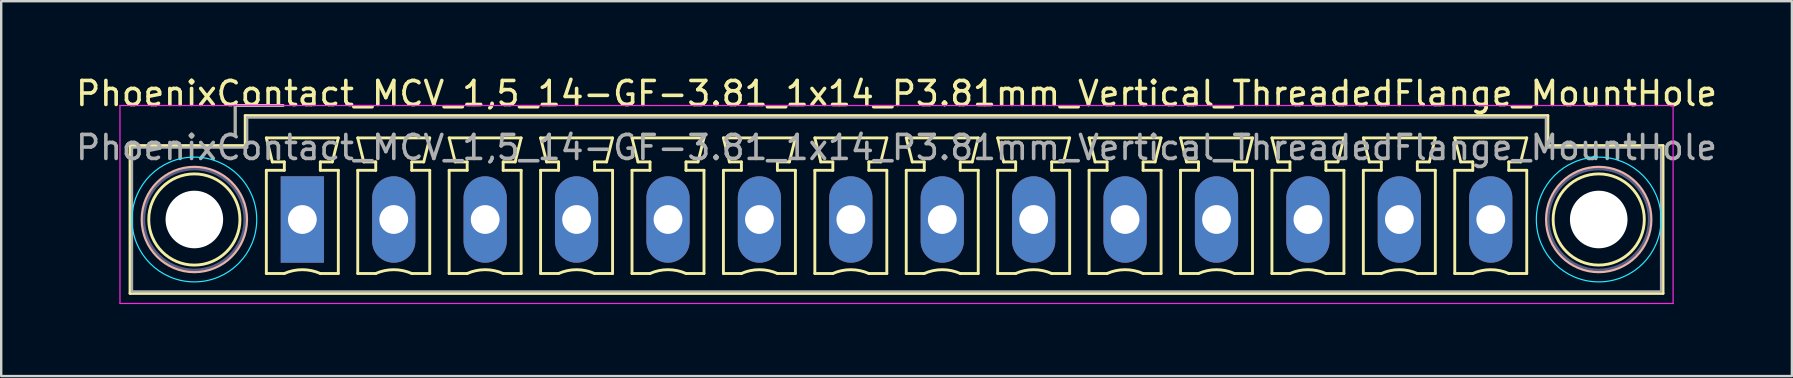
<source format=kicad_pcb>
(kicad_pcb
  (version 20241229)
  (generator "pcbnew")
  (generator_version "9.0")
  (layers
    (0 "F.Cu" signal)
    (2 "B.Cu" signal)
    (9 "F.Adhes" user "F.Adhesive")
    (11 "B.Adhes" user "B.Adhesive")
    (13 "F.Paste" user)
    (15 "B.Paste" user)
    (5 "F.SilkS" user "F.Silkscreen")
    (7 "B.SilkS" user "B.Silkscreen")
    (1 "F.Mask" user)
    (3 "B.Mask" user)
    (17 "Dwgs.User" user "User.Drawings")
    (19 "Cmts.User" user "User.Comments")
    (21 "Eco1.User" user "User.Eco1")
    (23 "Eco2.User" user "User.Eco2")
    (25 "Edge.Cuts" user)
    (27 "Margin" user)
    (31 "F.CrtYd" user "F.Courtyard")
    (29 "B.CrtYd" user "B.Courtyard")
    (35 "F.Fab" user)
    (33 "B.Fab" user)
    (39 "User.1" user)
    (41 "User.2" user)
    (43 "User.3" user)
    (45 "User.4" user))
  (footprint "PhoenixContact_MCV_1,5_14-GF-3.81_1x14_P3.81mm_Vertical_ThreadedFlange_MountHole"
    (layer "F.Cu")
    (at 9.55 6.098)
    (property "Reference" "PhoenixContact_MCV_1,5_14-GF-3.81_1x14_P3.81mm_Vertical_ThreadedFlange_MountHole" (at 24.765 -5.25 0) (layer "F.SilkS") (effects (font (size 1 1) (thickness 0.15))))
    (attr through_hole)
    (fp_line (start -7.18 -3.08) (end -7.18 3.08) (stroke (width 0.12) (type solid)) (layer "F.SilkS"))
    (fp_line (start -7.18 3.08) (end 56.71 3.08) (stroke (width 0.12) (type solid)) (layer "F.SilkS"))
    (fp_line (start -2.8 -4.75) (end -0.8 -4.75) (stroke (width 0.12) (type solid)) (layer "F.SilkS"))
    (fp_line (start -2.8 -3.5) (end -2.8 -4.75) (stroke (width 0.12) (type solid)) (layer "F.SilkS"))
    (fp_line (start -2.38 -4.33) (end -2.38 -3.08) (stroke (width 0.12) (type solid)) (layer "F.SilkS"))
    (fp_line (start -2.38 -3.08) (end -7.18 -3.08) (stroke (width 0.12) (type solid)) (layer "F.SilkS"))
    (fp_line (start -1.5 -3.4) (end 1.5 -3.4) (stroke (width 0.12) (type solid)) (layer "F.SilkS"))
    (fp_line (start -1.5 -2.05) (end -0.75 -2.05) (stroke (width 0.12) (type solid)) (layer "F.SilkS"))
    (fp_line (start -1.5 2.25) (end -1.5 -2.05) (stroke (width 0.12) (type solid)) (layer "F.SilkS"))
    (fp_line (start -1.25 -2.4) (end -1.5 -3.4) (stroke (width 0.12) (type solid)) (layer "F.SilkS"))
    (fp_line (start -0.75 -2.4) (end -1.25 -2.4) (stroke (width 0.12) (type solid)) (layer "F.SilkS"))
    (fp_line (start -0.75 -2.05) (end -0.75 -2.4) (stroke (width 0.12) (type solid)) (layer "F.SilkS"))
    (fp_line (start -0.75 2.25) (end -1.5 2.25) (stroke (width 0.12) (type solid)) (layer "F.SilkS"))
    (fp_line (start 0.75 -2.4) (end 0.75 -2.05) (stroke (width 0.12) (type solid)) (layer "F.SilkS"))
    (fp_line (start 0.75 -2.05) (end 1.5 -2.05) (stroke (width 0.12) (type solid)) (layer "F.SilkS"))
    (fp_line (start 1.25 -2.4) (end 0.75 -2.4) (stroke (width 0.12) (type solid)) (layer "F.SilkS"))
    (fp_line (start 1.5 -3.4) (end 1.25 -2.4) (stroke (width 0.12) (type solid)) (layer "F.SilkS"))
    (fp_line (start 1.5 -2.05) (end 1.5 2.25) (stroke (width 0.12) (type solid)) (layer "F.SilkS"))
    (fp_line (start 1.5 2.25) (end 0.75 2.25) (stroke (width 0.12) (type solid)) (layer "F.SilkS"))
    (fp_line (start 2.31 -3.4) (end 5.31 -3.4) (stroke (width 0.12) (type solid)) (layer "F.SilkS"))
    (fp_line (start 2.31 -2.05) (end 3.06 -2.05) (stroke (width 0.12) (type solid)) (layer "F.SilkS"))
    (fp_line (start 2.31 2.25) (end 2.31 -2.05) (stroke (width 0.12) (type solid)) (layer "F.SilkS"))
    (fp_line (start 2.56 -2.4) (end 2.31 -3.4) (stroke (width 0.12) (type solid)) (layer "F.SilkS"))
    (fp_line (start 3.06 -2.4) (end 2.56 -2.4) (stroke (width 0.12) (type solid)) (layer "F.SilkS"))
    (fp_line (start 3.06 -2.05) (end 3.06 -2.4) (stroke (width 0.12) (type solid)) (layer "F.SilkS"))
    (fp_line (start 3.06 2.25) (end 2.31 2.25) (stroke (width 0.12) (type solid)) (layer "F.SilkS"))
    (fp_line (start 4.56 -2.4) (end 4.56 -2.05) (stroke (width 0.12) (type solid)) (layer "F.SilkS"))
    (fp_line (start 4.56 -2.05) (end 5.31 -2.05) (stroke (width 0.12) (type solid)) (layer "F.SilkS"))
    (fp_line (start 5.06 -2.4) (end 4.56 -2.4) (stroke (width 0.12) (type solid)) (layer "F.SilkS"))
    (fp_line (start 5.31 -3.4) (end 5.06 -2.4) (stroke (width 0.12) (type solid)) (layer "F.SilkS"))
    (fp_line (start 5.31 -2.05) (end 5.31 2.25) (stroke (width 0.12) (type solid)) (layer "F.SilkS"))
    (fp_line (start 5.31 2.25) (end 4.56 2.25) (stroke (width 0.12) (type solid)) (layer "F.SilkS"))
    (fp_line (start 6.12 -3.4) (end 9.12 -3.4) (stroke (width 0.12) (type solid)) (layer "F.SilkS"))
    (fp_line (start 6.12 -2.05) (end 6.87 -2.05) (stroke (width 0.12) (type solid)) (layer "F.SilkS"))
    (fp_line (start 6.12 2.25) (end 6.12 -2.05) (stroke (width 0.12) (type solid)) (layer "F.SilkS"))
    (fp_line (start 6.37 -2.4) (end 6.12 -3.4) (stroke (width 0.12) (type solid)) (layer "F.SilkS"))
    (fp_line (start 6.87 -2.4) (end 6.37 -2.4) (stroke (width 0.12) (type solid)) (layer "F.SilkS"))
    (fp_line (start 6.87 -2.05) (end 6.87 -2.4) (stroke (width 0.12) (type solid)) (layer "F.SilkS"))
    (fp_line (start 6.87 2.25) (end 6.12 2.25) (stroke (width 0.12) (type solid)) (layer "F.SilkS"))
    (fp_line (start 8.37 -2.4) (end 8.37 -2.05) (stroke (width 0.12) (type solid)) (layer "F.SilkS"))
    (fp_line (start 8.37 -2.05) (end 9.12 -2.05) (stroke (width 0.12) (type solid)) (layer "F.SilkS"))
    (fp_line (start 8.87 -2.4) (end 8.37 -2.4) (stroke (width 0.12) (type solid)) (layer "F.SilkS"))
    (fp_line (start 9.12 -3.4) (end 8.87 -2.4) (stroke (width 0.12) (type solid)) (layer "F.SilkS"))
    (fp_line (start 9.12 -2.05) (end 9.12 2.25) (stroke (width 0.12) (type solid)) (layer "F.SilkS"))
    (fp_line (start 9.12 2.25) (end 8.37 2.25) (stroke (width 0.12) (type solid)) (layer "F.SilkS"))
    (fp_line (start 9.93 -3.4) (end 12.93 -3.4) (stroke (width 0.12) (type solid)) (layer "F.SilkS"))
    (fp_line (start 9.93 -2.05) (end 10.68 -2.05) (stroke (width 0.12) (type solid)) (layer "F.SilkS"))
    (fp_line (start 9.93 2.25) (end 9.93 -2.05) (stroke (width 0.12) (type solid)) (layer "F.SilkS"))
    (fp_line (start 10.18 -2.4) (end 9.93 -3.4) (stroke (width 0.12) (type solid)) (layer "F.SilkS"))
    (fp_line (start 10.68 -2.4) (end 10.18 -2.4) (stroke (width 0.12) (type solid)) (layer "F.SilkS"))
    (fp_line (start 10.68 -2.05) (end 10.68 -2.4) (stroke (width 0.12) (type solid)) (layer "F.SilkS"))
    (fp_line (start 10.68 2.25) (end 9.93 2.25) (stroke (width 0.12) (type solid)) (layer "F.SilkS"))
    (fp_line (start 12.18 -2.4) (end 12.18 -2.05) (stroke (width 0.12) (type solid)) (layer "F.SilkS"))
    (fp_line (start 12.18 -2.05) (end 12.93 -2.05) (stroke (width 0.12) (type solid)) (layer "F.SilkS"))
    (fp_line (start 12.68 -2.4) (end 12.18 -2.4) (stroke (width 0.12) (type solid)) (layer "F.SilkS"))
    (fp_line (start 12.93 -3.4) (end 12.68 -2.4) (stroke (width 0.12) (type solid)) (layer "F.SilkS"))
    (fp_line (start 12.93 -2.05) (end 12.93 2.25) (stroke (width 0.12) (type solid)) (layer "F.SilkS"))
    (fp_line (start 12.93 2.25) (end 12.18 2.25) (stroke (width 0.12) (type solid)) (layer "F.SilkS"))
    (fp_line (start 13.74 -3.4) (end 16.74 -3.4) (stroke (width 0.12) (type solid)) (layer "F.SilkS"))
    (fp_line (start 13.74 -2.05) (end 14.49 -2.05) (stroke (width 0.12) (type solid)) (layer "F.SilkS"))
    (fp_line (start 13.74 2.25) (end 13.74 -2.05) (stroke (width 0.12) (type solid)) (layer "F.SilkS"))
    (fp_line (start 13.99 -2.4) (end 13.74 -3.4) (stroke (width 0.12) (type solid)) (layer "F.SilkS"))
    (fp_line (start 14.49 -2.4) (end 13.99 -2.4) (stroke (width 0.12) (type solid)) (layer "F.SilkS"))
    (fp_line (start 14.49 -2.05) (end 14.49 -2.4) (stroke (width 0.12) (type solid)) (layer "F.SilkS"))
    (fp_line (start 14.49 2.25) (end 13.74 2.25) (stroke (width 0.12) (type solid)) (layer "F.SilkS"))
    (fp_line (start 15.99 -2.4) (end 15.99 -2.05) (stroke (width 0.12) (type solid)) (layer "F.SilkS"))
    (fp_line (start 15.99 -2.05) (end 16.74 -2.05) (stroke (width 0.12) (type solid)) (layer "F.SilkS"))
    (fp_line (start 16.49 -2.4) (end 15.99 -2.4) (stroke (width 0.12) (type solid)) (layer "F.SilkS"))
    (fp_line (start 16.74 -3.4) (end 16.49 -2.4) (stroke (width 0.12) (type solid)) (layer "F.SilkS"))
    (fp_line (start 16.74 -2.05) (end 16.74 2.25) (stroke (width 0.12) (type solid)) (layer "F.SilkS"))
    (fp_line (start 16.74 2.25) (end 15.99 2.25) (stroke (width 0.12) (type solid)) (layer "F.SilkS"))
    (fp_line (start 17.55 -3.4) (end 20.55 -3.4) (stroke (width 0.12) (type solid)) (layer "F.SilkS"))
    (fp_line (start 17.55 -2.05) (end 18.3 -2.05) (stroke (width 0.12) (type solid)) (layer "F.SilkS"))
    (fp_line (start 17.55 2.25) (end 17.55 -2.05) (stroke (width 0.12) (type solid)) (layer "F.SilkS"))
    (fp_line (start 17.8 -2.4) (end 17.55 -3.4) (stroke (width 0.12) (type solid)) (layer "F.SilkS"))
    (fp_line (start 18.3 -2.4) (end 17.8 -2.4) (stroke (width 0.12) (type solid)) (layer "F.SilkS"))
    (fp_line (start 18.3 -2.05) (end 18.3 -2.4) (stroke (width 0.12) (type solid)) (layer "F.SilkS"))
    (fp_line (start 18.3 2.25) (end 17.55 2.25) (stroke (width 0.12) (type solid)) (layer "F.SilkS"))
    (fp_line (start 19.8 -2.4) (end 19.8 -2.05) (stroke (width 0.12) (type solid)) (layer "F.SilkS"))
    (fp_line (start 19.8 -2.05) (end 20.55 -2.05) (stroke (width 0.12) (type solid)) (layer "F.SilkS"))
    (fp_line (start 20.3 -2.4) (end 19.8 -2.4) (stroke (width 0.12) (type solid)) (layer "F.SilkS"))
    (fp_line (start 20.55 -3.4) (end 20.3 -2.4) (stroke (width 0.12) (type solid)) (layer "F.SilkS"))
    (fp_line (start 20.55 -2.05) (end 20.55 2.25) (stroke (width 0.12) (type solid)) (layer "F.SilkS"))
    (fp_line (start 20.55 2.25) (end 19.8 2.25) (stroke (width 0.12) (type solid)) (layer "F.SilkS"))
    (fp_line (start 21.36 -3.4) (end 24.36 -3.4) (stroke (width 0.12) (type solid)) (layer "F.SilkS"))
    (fp_line (start 21.36 -2.05) (end 22.11 -2.05) (stroke (width 0.12) (type solid)) (layer "F.SilkS"))
    (fp_line (start 21.36 2.25) (end 21.36 -2.05) (stroke (width 0.12) (type solid)) (layer "F.SilkS"))
    (fp_line (start 21.61 -2.4) (end 21.36 -3.4) (stroke (width 0.12) (type solid)) (layer "F.SilkS"))
    (fp_line (start 22.11 -2.4) (end 21.61 -2.4) (stroke (width 0.12) (type solid)) (layer "F.SilkS"))
    (fp_line (start 22.11 -2.05) (end 22.11 -2.4) (stroke (width 0.12) (type solid)) (layer "F.SilkS"))
    (fp_line (start 22.11 2.25) (end 21.36 2.25) (stroke (width 0.12) (type solid)) (layer "F.SilkS"))
    (fp_line (start 23.61 -2.4) (end 23.61 -2.05) (stroke (width 0.12) (type solid)) (layer "F.SilkS"))
    (fp_line (start 23.61 -2.05) (end 24.36 -2.05) (stroke (width 0.12) (type solid)) (layer "F.SilkS"))
    (fp_line (start 24.11 -2.4) (end 23.61 -2.4) (stroke (width 0.12) (type solid)) (layer "F.SilkS"))
    (fp_line (start 24.36 -3.4) (end 24.11 -2.4) (stroke (width 0.12) (type solid)) (layer "F.SilkS"))
    (fp_line (start 24.36 -2.05) (end 24.36 2.25) (stroke (width 0.12) (type solid)) (layer "F.SilkS"))
    (fp_line (start 24.36 2.25) (end 23.61 2.25) (stroke (width 0.12) (type solid)) (layer "F.SilkS"))
    (fp_line (start 25.17 -3.4) (end 28.17 -3.4) (stroke (width 0.12) (type solid)) (layer "F.SilkS"))
    (fp_line (start 25.17 -2.05) (end 25.92 -2.05) (stroke (width 0.12) (type solid)) (layer "F.SilkS"))
    (fp_line (start 25.17 2.25) (end 25.17 -2.05) (stroke (width 0.12) (type solid)) (layer "F.SilkS"))
    (fp_line (start 25.42 -2.4) (end 25.17 -3.4) (stroke (width 0.12) (type solid)) (layer "F.SilkS"))
    (fp_line (start 25.92 -2.4) (end 25.42 -2.4) (stroke (width 0.12) (type solid)) (layer "F.SilkS"))
    (fp_line (start 25.92 -2.05) (end 25.92 -2.4) (stroke (width 0.12) (type solid)) (layer "F.SilkS"))
    (fp_line (start 25.92 2.25) (end 25.17 2.25) (stroke (width 0.12) (type solid)) (layer "F.SilkS"))
    (fp_line (start 27.42 -2.4) (end 27.42 -2.05) (stroke (width 0.12) (type solid)) (layer "F.SilkS"))
    (fp_line (start 27.42 -2.05) (end 28.17 -2.05) (stroke (width 0.12) (type solid)) (layer "F.SilkS"))
    (fp_line (start 27.92 -2.4) (end 27.42 -2.4) (stroke (width 0.12) (type solid)) (layer "F.SilkS"))
    (fp_line (start 28.17 -3.4) (end 27.92 -2.4) (stroke (width 0.12) (type solid)) (layer "F.SilkS"))
    (fp_line (start 28.17 -2.05) (end 28.17 2.25) (stroke (width 0.12) (type solid)) (layer "F.SilkS"))
    (fp_line (start 28.17 2.25) (end 27.42 2.25) (stroke (width 0.12) (type solid)) (layer "F.SilkS"))
    (fp_line (start 28.98 -3.4) (end 31.98 -3.4) (stroke (width 0.12) (type solid)) (layer "F.SilkS"))
    (fp_line (start 28.98 -2.05) (end 29.73 -2.05) (stroke (width 0.12) (type solid)) (layer "F.SilkS"))
    (fp_line (start 28.98 2.25) (end 28.98 -2.05) (stroke (width 0.12) (type solid)) (layer "F.SilkS"))
    (fp_line (start 29.23 -2.4) (end 28.98 -3.4) (stroke (width 0.12) (type solid)) (layer "F.SilkS"))
    (fp_line (start 29.73 -2.4) (end 29.23 -2.4) (stroke (width 0.12) (type solid)) (layer "F.SilkS"))
    (fp_line (start 29.73 -2.05) (end 29.73 -2.4) (stroke (width 0.12) (type solid)) (layer "F.SilkS"))
    (fp_line (start 29.73 2.25) (end 28.98 2.25) (stroke (width 0.12) (type solid)) (layer "F.SilkS"))
    (fp_line (start 31.23 -2.4) (end 31.23 -2.05) (stroke (width 0.12) (type solid)) (layer "F.SilkS"))
    (fp_line (start 31.23 -2.05) (end 31.98 -2.05) (stroke (width 0.12) (type solid)) (layer "F.SilkS"))
    (fp_line (start 31.73 -2.4) (end 31.23 -2.4) (stroke (width 0.12) (type solid)) (layer "F.SilkS"))
    (fp_line (start 31.98 -3.4) (end 31.73 -2.4) (stroke (width 0.12) (type solid)) (layer "F.SilkS"))
    (fp_line (start 31.98 -2.05) (end 31.98 2.25) (stroke (width 0.12) (type solid)) (layer "F.SilkS"))
    (fp_line (start 31.98 2.25) (end 31.23 2.25) (stroke (width 0.12) (type solid)) (layer "F.SilkS"))
    (fp_line (start 32.79 -3.4) (end 35.79 -3.4) (stroke (width 0.12) (type solid)) (layer "F.SilkS"))
    (fp_line (start 32.79 -2.05) (end 33.54 -2.05) (stroke (width 0.12) (type solid)) (layer "F.SilkS"))
    (fp_line (start 32.79 2.25) (end 32.79 -2.05) (stroke (width 0.12) (type solid)) (layer "F.SilkS"))
    (fp_line (start 33.04 -2.4) (end 32.79 -3.4) (stroke (width 0.12) (type solid)) (layer "F.SilkS"))
    (fp_line (start 33.54 -2.4) (end 33.04 -2.4) (stroke (width 0.12) (type solid)) (layer "F.SilkS"))
    (fp_line (start 33.54 -2.05) (end 33.54 -2.4) (stroke (width 0.12) (type solid)) (layer "F.SilkS"))
    (fp_line (start 33.54 2.25) (end 32.79 2.25) (stroke (width 0.12) (type solid)) (layer "F.SilkS"))
    (fp_line (start 35.04 -2.4) (end 35.04 -2.05) (stroke (width 0.12) (type solid)) (layer "F.SilkS"))
    (fp_line (start 35.04 -2.05) (end 35.79 -2.05) (stroke (width 0.12) (type solid)) (layer "F.SilkS"))
    (fp_line (start 35.54 -2.4) (end 35.04 -2.4) (stroke (width 0.12) (type solid)) (layer "F.SilkS"))
    (fp_line (start 35.79 -3.4) (end 35.54 -2.4) (stroke (width 0.12) (type solid)) (layer "F.SilkS"))
    (fp_line (start 35.79 -2.05) (end 35.79 2.25) (stroke (width 0.12) (type solid)) (layer "F.SilkS"))
    (fp_line (start 35.79 2.25) (end 35.04 2.25) (stroke (width 0.12) (type solid)) (layer "F.SilkS"))
    (fp_line (start 36.6 -3.4) (end 39.6 -3.4) (stroke (width 0.12) (type solid)) (layer "F.SilkS"))
    (fp_line (start 36.6 -2.05) (end 37.35 -2.05) (stroke (width 0.12) (type solid)) (layer "F.SilkS"))
    (fp_line (start 36.6 2.25) (end 36.6 -2.05) (stroke (width 0.12) (type solid)) (layer "F.SilkS"))
    (fp_line (start 36.85 -2.4) (end 36.6 -3.4) (stroke (width 0.12) (type solid)) (layer "F.SilkS"))
    (fp_line (start 37.35 -2.4) (end 36.85 -2.4) (stroke (width 0.12) (type solid)) (layer "F.SilkS"))
    (fp_line (start 37.35 -2.05) (end 37.35 -2.4) (stroke (width 0.12) (type solid)) (layer "F.SilkS"))
    (fp_line (start 37.35 2.25) (end 36.6 2.25) (stroke (width 0.12) (type solid)) (layer "F.SilkS"))
    (fp_line (start 38.85 -2.4) (end 38.85 -2.05) (stroke (width 0.12) (type solid)) (layer "F.SilkS"))
    (fp_line (start 38.85 -2.05) (end 39.6 -2.05) (stroke (width 0.12) (type solid)) (layer "F.SilkS"))
    (fp_line (start 39.35 -2.4) (end 38.85 -2.4) (stroke (width 0.12) (type solid)) (layer "F.SilkS"))
    (fp_line (start 39.6 -3.4) (end 39.35 -2.4) (stroke (width 0.12) (type solid)) (layer "F.SilkS"))
    (fp_line (start 39.6 -2.05) (end 39.6 2.25) (stroke (width 0.12) (type solid)) (layer "F.SilkS"))
    (fp_line (start 39.6 2.25) (end 38.85 2.25) (stroke (width 0.12) (type solid)) (layer "F.SilkS"))
    (fp_line (start 40.41 -3.4) (end 43.41 -3.4) (stroke (width 0.12) (type solid)) (layer "F.SilkS"))
    (fp_line (start 40.41 -2.05) (end 41.16 -2.05) (stroke (width 0.12) (type solid)) (layer "F.SilkS"))
    (fp_line (start 40.41 2.25) (end 40.41 -2.05) (stroke (width 0.12) (type solid)) (layer "F.SilkS"))
    (fp_line (start 40.66 -2.4) (end 40.41 -3.4) (stroke (width 0.12) (type solid)) (layer "F.SilkS"))
    (fp_line (start 41.16 -2.4) (end 40.66 -2.4) (stroke (width 0.12) (type solid)) (layer "F.SilkS"))
    (fp_line (start 41.16 -2.05) (end 41.16 -2.4) (stroke (width 0.12) (type solid)) (layer "F.SilkS"))
    (fp_line (start 41.16 2.25) (end 40.41 2.25) (stroke (width 0.12) (type solid)) (layer "F.SilkS"))
    (fp_line (start 42.66 -2.4) (end 42.66 -2.05) (stroke (width 0.12) (type solid)) (layer "F.SilkS"))
    (fp_line (start 42.66 -2.05) (end 43.41 -2.05) (stroke (width 0.12) (type solid)) (layer "F.SilkS"))
    (fp_line (start 43.16 -2.4) (end 42.66 -2.4) (stroke (width 0.12) (type solid)) (layer "F.SilkS"))
    (fp_line (start 43.41 -3.4) (end 43.16 -2.4) (stroke (width 0.12) (type solid)) (layer "F.SilkS"))
    (fp_line (start 43.41 -2.05) (end 43.41 2.25) (stroke (width 0.12) (type solid)) (layer "F.SilkS"))
    (fp_line (start 43.41 2.25) (end 42.66 2.25) (stroke (width 0.12) (type solid)) (layer "F.SilkS"))
    (fp_line (start 44.22 -3.4) (end 47.22 -3.4) (stroke (width 0.12) (type solid)) (layer "F.SilkS"))
    (fp_line (start 44.22 -2.05) (end 44.97 -2.05) (stroke (width 0.12) (type solid)) (layer "F.SilkS"))
    (fp_line (start 44.22 2.25) (end 44.22 -2.05) (stroke (width 0.12) (type solid)) (layer "F.SilkS"))
    (fp_line (start 44.47 -2.4) (end 44.22 -3.4) (stroke (width 0.12) (type solid)) (layer "F.SilkS"))
    (fp_line (start 44.97 -2.4) (end 44.47 -2.4) (stroke (width 0.12) (type solid)) (layer "F.SilkS"))
    (fp_line (start 44.97 -2.05) (end 44.97 -2.4) (stroke (width 0.12) (type solid)) (layer "F.SilkS"))
    (fp_line (start 44.97 2.25) (end 44.22 2.25) (stroke (width 0.12) (type solid)) (layer "F.SilkS"))
    (fp_line (start 46.47 -2.4) (end 46.47 -2.05) (stroke (width 0.12) (type solid)) (layer "F.SilkS"))
    (fp_line (start 46.47 -2.05) (end 47.22 -2.05) (stroke (width 0.12) (type solid)) (layer "F.SilkS"))
    (fp_line (start 46.97 -2.4) (end 46.47 -2.4) (stroke (width 0.12) (type solid)) (layer "F.SilkS"))
    (fp_line (start 47.22 -3.4) (end 46.97 -2.4) (stroke (width 0.12) (type solid)) (layer "F.SilkS"))
    (fp_line (start 47.22 -2.05) (end 47.22 2.25) (stroke (width 0.12) (type solid)) (layer "F.SilkS"))
    (fp_line (start 47.22 2.25) (end 46.47 2.25) (stroke (width 0.12) (type solid)) (layer "F.SilkS"))
    (fp_line (start 48.03 -3.4) (end 51.03 -3.4) (stroke (width 0.12) (type solid)) (layer "F.SilkS"))
    (fp_line (start 48.03 -2.05) (end 48.78 -2.05) (stroke (width 0.12) (type solid)) (layer "F.SilkS"))
    (fp_line (start 48.03 2.25) (end 48.03 -2.05) (stroke (width 0.12) (type solid)) (layer "F.SilkS"))
    (fp_line (start 48.28 -2.4) (end 48.03 -3.4) (stroke (width 0.12) (type solid)) (layer "F.SilkS"))
    (fp_line (start 48.78 -2.4) (end 48.28 -2.4) (stroke (width 0.12) (type solid)) (layer "F.SilkS"))
    (fp_line (start 48.78 -2.05) (end 48.78 -2.4) (stroke (width 0.12) (type solid)) (layer "F.SilkS"))
    (fp_line (start 48.78 2.25) (end 48.03 2.25) (stroke (width 0.12) (type solid)) (layer "F.SilkS"))
    (fp_line (start 50.28 -2.4) (end 50.28 -2.05) (stroke (width 0.12) (type solid)) (layer "F.SilkS"))
    (fp_line (start 50.28 -2.05) (end 51.03 -2.05) (stroke (width 0.12) (type solid)) (layer "F.SilkS"))
    (fp_line (start 50.78 -2.4) (end 50.28 -2.4) (stroke (width 0.12) (type solid)) (layer "F.SilkS"))
    (fp_line (start 51.03 -3.4) (end 50.78 -2.4) (stroke (width 0.12) (type solid)) (layer "F.SilkS"))
    (fp_line (start 51.03 -2.05) (end 51.03 2.25) (stroke (width 0.12) (type solid)) (layer "F.SilkS"))
    (fp_line (start 51.03 2.25) (end 50.28 2.25) (stroke (width 0.12) (type solid)) (layer "F.SilkS"))
    (fp_line (start 51.91 -4.33) (end -2.38 -4.33) (stroke (width 0.12) (type solid)) (layer "F.SilkS"))
    (fp_line (start 51.91 -3.08) (end 51.91 -4.33) (stroke (width 0.12) (type solid)) (layer "F.SilkS"))
    (fp_line (start 56.71 -3.08) (end 51.91 -3.08) (stroke (width 0.12) (type solid)) (layer "F.SilkS"))
    (fp_line (start 56.71 3.08) (end 56.71 -3.08) (stroke (width 0.12) (type solid)) (layer "F.SilkS"))
    (fp_arc (start -0.75 2.25) (mid -0.000193 2.09191) (end 0.749647 2.249844) (stroke (width 0.12) (type solid)) (layer "F.SilkS"))
    (fp_arc (start 3.06 2.25) (mid 3.809807 2.09191) (end 4.559647 2.249844) (stroke (width 0.12) (type solid)) (layer "F.SilkS"))
    (fp_arc (start 6.87 2.25) (mid 7.619807 2.09191) (end 8.369647 2.249844) (stroke (width 0.12) (type solid)) (layer "F.SilkS"))
    (fp_arc (start 10.68 2.25) (mid 11.429807 2.09191) (end 12.179647 2.249844) (stroke (width 0.12) (type solid)) (layer "F.SilkS"))
    (fp_arc (start 14.49 2.25) (mid 15.239807 2.09191) (end 15.989647 2.249844) (stroke (width 0.12) (type solid)) (layer "F.SilkS"))
    (fp_arc (start 18.3 2.25) (mid 19.049807 2.09191) (end 19.799647 2.249844) (stroke (width 0.12) (type solid)) (layer "F.SilkS"))
    (fp_arc (start 22.11 2.25) (mid 22.859807 2.09191) (end 23.609647 2.249844) (stroke (width 0.12) (type solid)) (layer "F.SilkS"))
    (fp_arc (start 25.92 2.25) (mid 26.669807 2.09191) (end 27.419647 2.249844) (stroke (width 0.12) (type solid)) (layer "F.SilkS"))
    (fp_arc (start 29.73 2.25) (mid 30.479807 2.09191) (end 31.229647 2.249844) (stroke (width 0.12) (type solid)) (layer "F.SilkS"))
    (fp_arc (start 33.54 2.25) (mid 34.289807 2.09191) (end 35.039647 2.249844) (stroke (width 0.12) (type solid)) (layer "F.SilkS"))
    (fp_arc (start 37.35 2.25) (mid 38.099807 2.09191) (end 38.849647 2.249844) (stroke (width 0.12) (type solid)) (layer "F.SilkS"))
    (fp_arc (start 41.16 2.25) (mid 41.909807 2.09191) (end 42.659647 2.249844) (stroke (width 0.12) (type solid)) (layer "F.SilkS"))
    (fp_arc (start 44.97 2.25) (mid 45.719807 2.09191) (end 46.469647 2.249844) (stroke (width 0.12) (type solid)) (layer "F.SilkS"))
    (fp_arc (start 48.78 2.25) (mid 49.529807 2.09191) (end 50.279647 2.249844) (stroke (width 0.12) (type solid)) (layer "F.SilkS"))
    (fp_circle (center -4.5 0) (end -2.6 0) (stroke (width 0.12) (type solid)) (fill no) (layer "F.SilkS"))
    (fp_circle (center 54.03 0) (end 55.93 0) (stroke (width 0.12) (type solid)) (fill no) (layer "F.SilkS"))
    (fp_circle (center -4.5 0) (end -2.32 0) (stroke (width 0.12) (type solid)) (fill no) (layer "B.SilkS"))
    (fp_circle (center 54.03 0) (end 56.21 0) (stroke (width 0.12) (type solid)) (fill no) (layer "B.SilkS"))
    (fp_circle (center -4.5 0) (end -1.9 0) (stroke (width 0.05) (type solid)) (fill no) (layer "B.CrtYd"))
    (fp_circle (center 54.03 0) (end 56.63 0) (stroke (width 0.05) (type solid)) (fill no) (layer "B.CrtYd"))
    (fp_line (start -7.6 -4.75) (end -7.6 3.5) (stroke (width 0.05) (type solid)) (layer "F.CrtYd"))
    (fp_line (start -7.6 3.5) (end 57.13 3.5) (stroke (width 0.05) (type solid)) (layer "F.CrtYd"))
    (fp_line (start 57.13 -4.75) (end -7.6 -4.75) (stroke (width 0.05) (type solid)) (layer "F.CrtYd"))
    (fp_line (start 57.13 3.5) (end 57.13 -4.75) (stroke (width 0.05) (type solid)) (layer "F.CrtYd"))
    (fp_circle (center -4.5 0) (end -2.4 0) (stroke (width 0.1) (type solid)) (fill no) (layer "B.Fab"))
    (fp_circle (center 54.03 0) (end 56.13 0) (stroke (width 0.1) (type solid)) (fill no) (layer "B.Fab"))
    (fp_line (start -7.1 -3) (end -7.1 3) (stroke (width 0.1) (type solid)) (layer "F.Fab"))
    (fp_line (start -7.1 3) (end 56.63 3) (stroke (width 0.1) (type solid)) (layer "F.Fab"))
    (fp_line (start -2.8 -4.75) (end -0.8 -4.75) (stroke (width 0.1) (type solid)) (layer "F.Fab"))
    (fp_line (start -2.8 -3.5) (end -2.8 -4.75) (stroke (width 0.1) (type solid)) (layer "F.Fab"))
    (fp_line (start -2.3 -4.25) (end -2.3 -3) (stroke (width 0.1) (type solid)) (layer "F.Fab"))
    (fp_line (start -2.3 -3) (end -7.1 -3) (stroke (width 0.1) (type solid)) (layer "F.Fab"))
    (fp_line (start 51.83 -4.25) (end -2.3 -4.25) (stroke (width 0.1) (type solid)) (layer "F.Fab"))
    (fp_line (start 51.83 -3) (end 51.83 -4.25) (stroke (width 0.1) (type solid)) (layer "F.Fab"))
    (fp_line (start 56.63 -3) (end 51.83 -3) (stroke (width 0.1) (type solid)) (layer "F.Fab"))
    (fp_line (start 56.63 3) (end 56.63 -3) (stroke (width 0.1) (type solid)) (layer "F.Fab"))
    (fp_text user "${REFERENCE}" (at 24.765 -3 0) (layer "F.Fab") (effects (font (size 1 1) (thickness 0.15))))
    (pad "" np_thru_hole circle (at -4.5 0) (size 2.4 2.4) (drill 2.4) (layers "*.Cu" "*.Mask"))
    (pad "" np_thru_hole circle (at 54.03 0) (size 2.4 2.4) (drill 2.4) (layers "*.Cu" "*.Mask"))
    (pad "1" thru_hole rect (at 0 0) (size 1.8 3.6) (drill 1.2) (layers "*.Cu" "*.Mask"))
    (pad "2" thru_hole oval (at 3.81 0) (size 1.8 3.6) (drill 1.2) (layers "*.Cu" "*.Mask"))
    (pad "3" thru_hole oval (at 7.62 0) (size 1.8 3.6) (drill 1.2) (layers "*.Cu" "*.Mask"))
    (pad "4" thru_hole oval (at 11.43 0) (size 1.8 3.6) (drill 1.2) (layers "*.Cu" "*.Mask"))
    (pad "5" thru_hole oval (at 15.24 0) (size 1.8 3.6) (drill 1.2) (layers "*.Cu" "*.Mask"))
    (pad "6" thru_hole oval (at 19.05 0) (size 1.8 3.6) (drill 1.2) (layers "*.Cu" "*.Mask"))
    (pad "7" thru_hole oval (at 22.86 0) (size 1.8 3.6) (drill 1.2) (layers "*.Cu" "*.Mask"))
    (pad "8" thru_hole oval (at 26.67 0) (size 1.8 3.6) (drill 1.2) (layers "*.Cu" "*.Mask"))
    (pad "9" thru_hole oval (at 30.48 0) (size 1.8 3.6) (drill 1.2) (layers "*.Cu" "*.Mask"))
    (pad "10" thru_hole oval (at 34.29 0) (size 1.8 3.6) (drill 1.2) (layers "*.Cu" "*.Mask"))
    (pad "11" thru_hole oval (at 38.1 0) (size 1.8 3.6) (drill 1.2) (layers "*.Cu" "*.Mask"))
    (pad "12" thru_hole oval (at 41.91 0) (size 1.8 3.6) (drill 1.2) (layers "*.Cu" "*.Mask"))
    (pad "13" thru_hole oval (at 45.72 0) (size 1.8 3.6) (drill 1.2) (layers "*.Cu" "*.Mask"))
    (pad "14" thru_hole oval (at 49.53 0) (size 1.8 3.6) (drill 1.2) (layers "*.Cu" "*.Mask")))
  (gr_rect
    (start -3 -3)
    (end 71.631 12.623)
    (stroke (width 0.1) (type default))
    (fill no)
    (layer "Edge.Cuts")))
</source>
